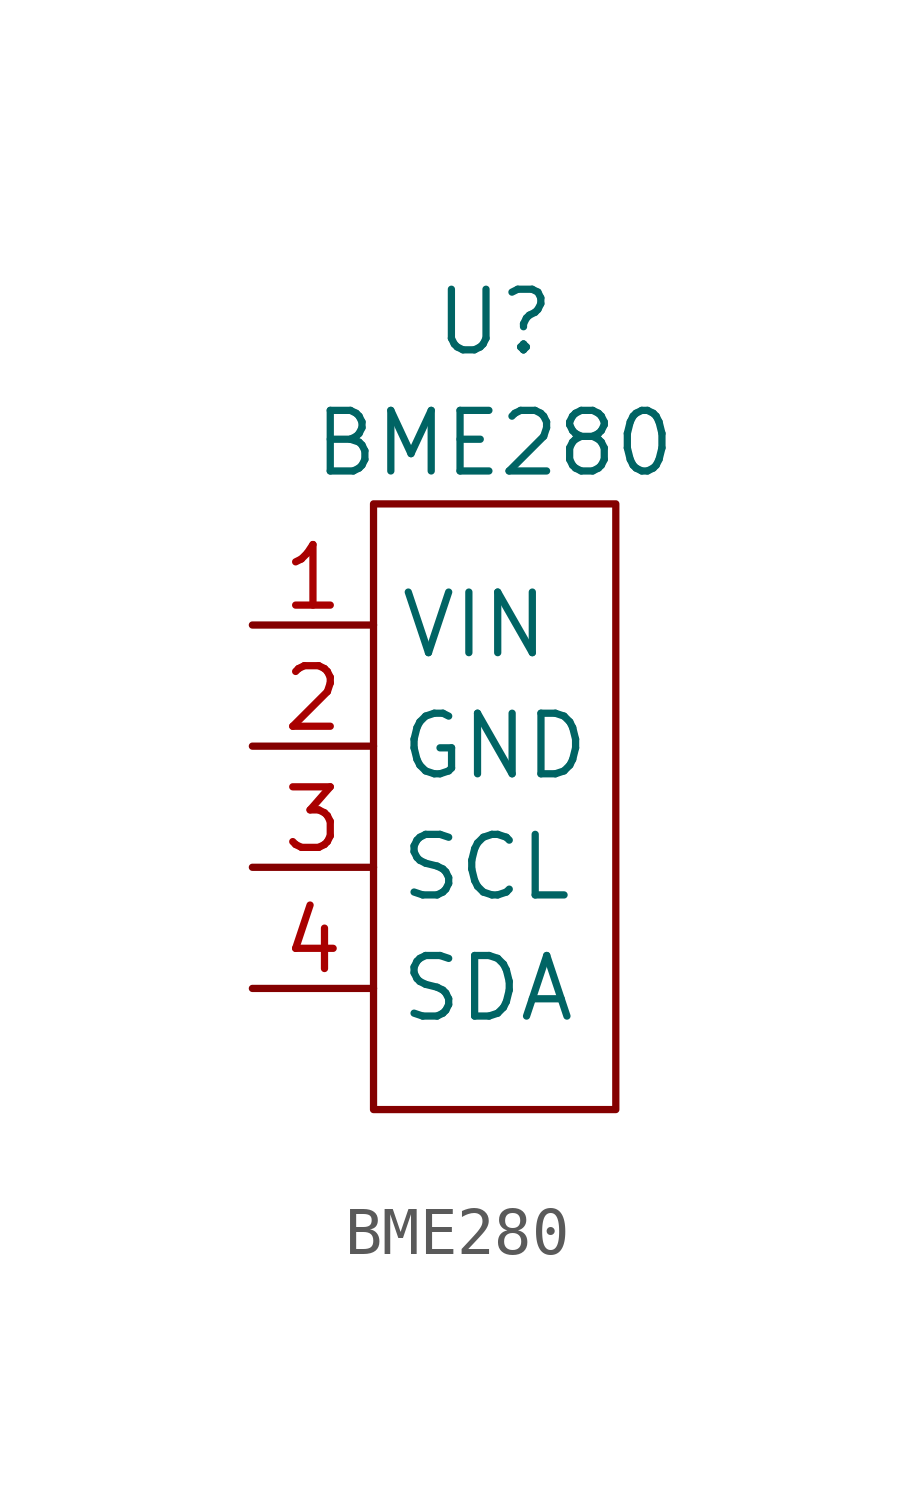
<source format=kicad_sym>
(kicad_symbol_lib
  (version 20220914)
  (generator kicad_symbol_editor)
  (symbol "BME280"
    (property "Reference" "U"
      (at 0 1.27 0)
      (effects (font (size 1.27 1.27))))
    (property "Value" "BME280"
      (at 0 -1.27 0)
      (effects (font (size 1.27 1.27))))
    (symbol "BME280_0_1"
      (rectangle (start -2.54 -2.54) (end 2.54 -15.24) (stroke (width 0) (type default)) (fill (type none))))
    (symbol "BME280_1_1"
      (pin power_in line (at -5.08 -5.08 0) (length 2.54) (name "VIN" (effects (font (size 1.27 1.27)))) (number "1" (effects (font (size 1.27 1.27)))))
      (pin power_in line (at -5.08 -7.62 0) (length 2.54) (name "GND" (effects (font (size 1.27 1.27)))) (number "2" (effects (font (size 1.27 1.27)))))
      (pin input line (at -5.08 -10.16 0) (length 2.54) (name "SCL" (effects (font (size 1.27 1.27)))) (number "3" (effects (font (size 1.27 1.27)))))
      (pin bidirectional line (at -5.08 -12.7 0) (length 2.54) (name "SDA" (effects (font (size 1.27 1.27)))) (number "4" (effects (font (size 1.27 1.27))))))))
</source>
